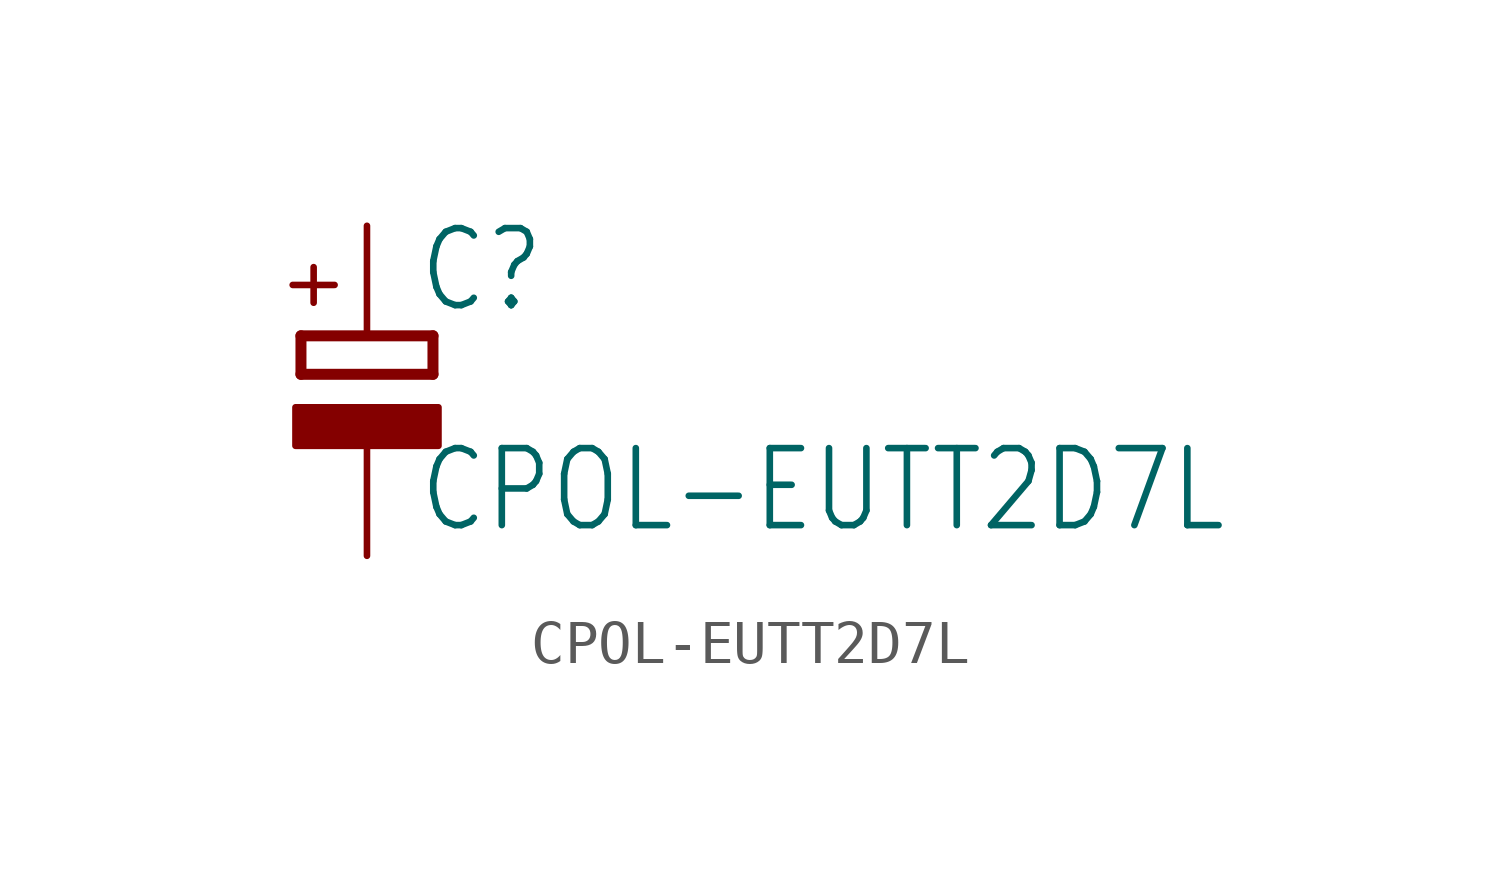
<source format=kicad_sym>
(kicad_symbol_lib
  (version 20210619)
  (generator kicad_symbol_editor)
  (symbol "CPOL-EUTT2D7L"
    (property "Reference" "C"
      (at 1.143 0.483 0)
      (effects (font (size 1.778 1.511)) (justify left bottom)))
    (property "Value" "CPOL-EUTT2D7L"
      (at 1.143 -4.597 0)
      (effects (font (size 1.778 1.511)) (justify left bottom)))
    (property "ki_locked" ""
      (at 0 0 0)
      (effects (font (size 1.27 1.27))))
    (symbol "CPOL-EUTT2D7L_1_0"
      (text "+" (at -0.584 0.406 900) (effects (font (size 1.27 1.079)) (justify left bottom)))
      (rectangle (start -1.651 -2.54) (end 1.651 -1.651) (stroke (width 0)) (fill (type outline)))
      (polyline (pts (xy -1.524 -0.889) (xy 1.524 -0.889)) (stroke (width 0.254)) (fill (type none)))
      (polyline (pts (xy -1.524 0) (xy -1.524 -0.889)) (stroke (width 0.254)) (fill (type none)))
      (polyline (pts (xy -1.524 0) (xy 1.524 0)) (stroke (width 0.254)) (fill (type none)))
      (polyline (pts (xy 1.524 -0.889) (xy 1.524 0)) (stroke (width 0.254)) (fill (type none)))
      (pin passive line (at 0 2.54 270) (length 2.54) (name "+" (effects (font (size 0 0)))) (number "+" (effects (font (size 0 0)))))
      (pin passive line (at 0 -5.08 90) (length 2.54) (name "-" (effects (font (size 0 0)))) (number "-" (effects (font (size 0 0))))))))
</source>
